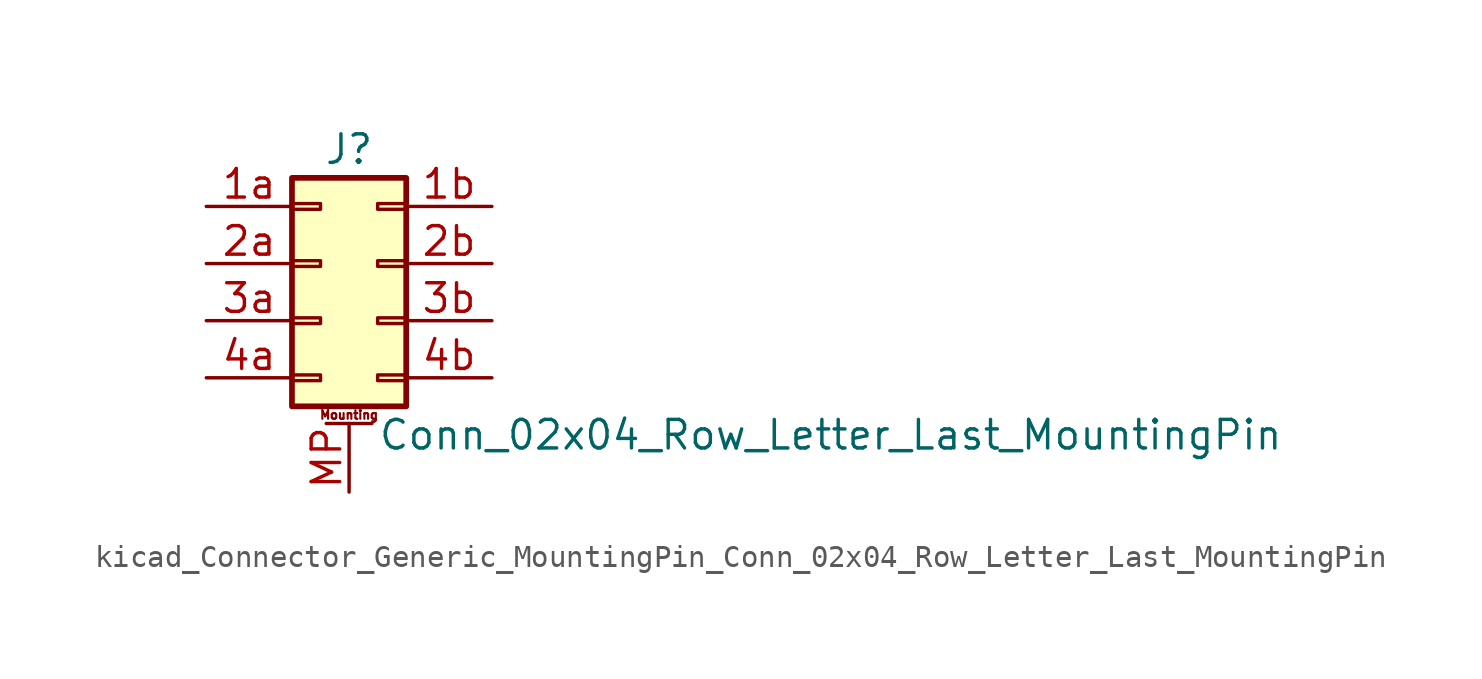
<source format=kicad_sym>
(kicad_symbol_lib
  (version 20220914)
  (generator kicad_symbol_editor)
  (symbol "kicad_Connector_Generic_MountingPin_Conn_02x04_Row_Letter_Last_MountingPin"
    (pin_names
      (offset 1.016) hide)
    (property "Reference" "J"
      (at 1.27 5.08 0)
      (effects (font (size 1.27 1.27))))
    (property "Value" "Conn_02x04_Row_Letter_Last_MountingPin"
      (at 2.54 -7.62 0)
      (effects (font (size 1.27 1.27)) (justify left)))
    (symbol "kicad_Connector_Generic_MountingPin_Conn_02x04_Row_Letter_Last_MountingPin_1_1"
      (rectangle (start -1.27 -4.953) (end 0 -5.207) (stroke (width 0.152) (type default)) (fill (type none)))
      (rectangle (start -1.27 -2.413) (end 0 -2.667) (stroke (width 0.152) (type default)) (fill (type none)))
      (rectangle (start -1.27 0.127) (end 0 -0.127) (stroke (width 0.152) (type default)) (fill (type none)))
      (rectangle (start -1.27 2.667) (end 0 2.413) (stroke (width 0.152) (type default)) (fill (type none)))
      (rectangle (start -1.27 3.81) (end 3.81 -6.35) (stroke (width 0.254) (type default)) (fill (type background)))
      (polyline (pts (xy 0.254 -7.112) (xy 2.286 -7.112)) (stroke (width 0.152) (type default)) (fill (type none)))
      (rectangle (start 3.81 -4.953) (end 2.54 -5.207) (stroke (width 0.152) (type default)) (fill (type none)))
      (rectangle (start 3.81 -2.413) (end 2.54 -2.667) (stroke (width 0.152) (type default)) (fill (type none)))
      (rectangle (start 3.81 0.127) (end 2.54 -0.127) (stroke (width 0.152) (type default)) (fill (type none)))
      (rectangle (start 3.81 2.667) (end 2.54 2.413) (stroke (width 0.152) (type default)) (fill (type none)))
      (text "Mounting" (at 1.27 -6.731 0) (effects (font (size 0.381 0.381))))
      (pin passive line (at -5.08 2.54 0) (length 3.81) (name "Pin_1a" (effects (font (size 1.27 1.27)))) (number "1a" (effects (font (size 1.27 1.27)))))
      (pin passive line (at 7.62 2.54 180) (length 3.81) (name "Pin_1b" (effects (font (size 1.27 1.27)))) (number "1b" (effects (font (size 1.27 1.27)))))
      (pin passive line (at -5.08 0 0) (length 3.81) (name "Pin_2a" (effects (font (size 1.27 1.27)))) (number "2a" (effects (font (size 1.27 1.27)))))
      (pin passive line (at 7.62 0 180) (length 3.81) (name "Pin_2b" (effects (font (size 1.27 1.27)))) (number "2b" (effects (font (size 1.27 1.27)))))
      (pin passive line (at -5.08 -2.54 0) (length 3.81) (name "Pin_3a" (effects (font (size 1.27 1.27)))) (number "3a" (effects (font (size 1.27 1.27)))))
      (pin passive line (at 7.62 -2.54 180) (length 3.81) (name "Pin_3b" (effects (font (size 1.27 1.27)))) (number "3b" (effects (font (size 1.27 1.27)))))
      (pin passive line (at -5.08 -5.08 0) (length 3.81) (name "Pin_4a" (effects (font (size 1.27 1.27)))) (number "4a" (effects (font (size 1.27 1.27)))))
      (pin passive line (at 7.62 -5.08 180) (length 3.81) (name "Pin_4b" (effects (font (size 1.27 1.27)))) (number "4b" (effects (font (size 1.27 1.27)))))
      (pin passive line (at 1.27 -10.16 90) (length 3.048) (name "MountPin" (effects (font (size 1.27 1.27)))) (number "MP" (effects (font (size 1.27 1.27))))))))
</source>
